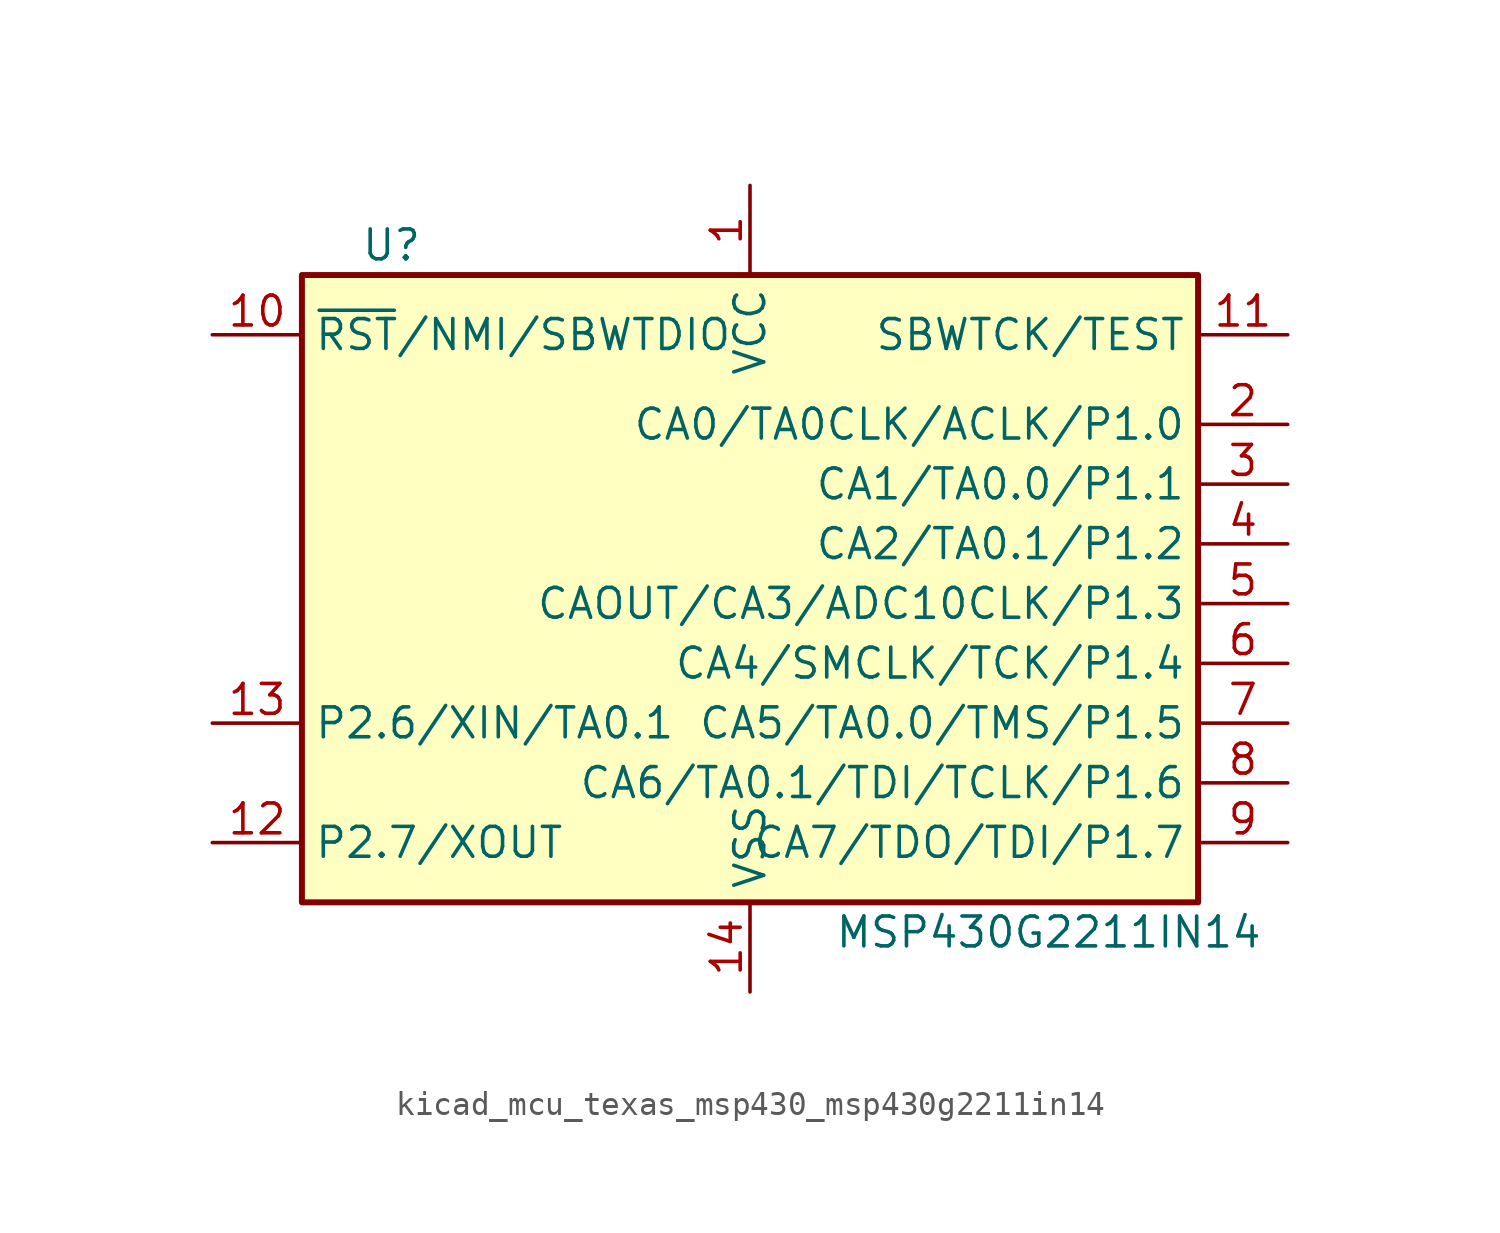
<source format=kicad_sym>
(kicad_symbol_lib
  (version 20220914)
  (generator kicad_symbol_editor)
  (symbol "kicad_mcu_texas_msp430_msp430g2211in14"
    (property "Reference" "U"
      (at -15.24 15.24 0)
      (effects (font (size 1.27 1.27))))
    (property "Value" "MSP430G2211IN14"
      (at 12.7 -13.97 0)
      (effects (font (size 1.27 1.27))))
    (symbol "kicad_mcu_texas_msp430_msp430g2211in14_0_1"
      (rectangle (start -19.05 13.97) (end 19.05 -12.7) (stroke (width 0.254) (type default)) (fill (type background))))
    (symbol "kicad_mcu_texas_msp430_msp430g2211in14_1_1"
      (pin power_in line (at 0 17.78 270) (length 3.81) (name "VCC" (effects (font (size 1.27 1.27)))) (number "1" (effects (font (size 1.27 1.27)))))
      (pin input line (at -22.86 11.43 0) (length 3.81) (name "~{RST}/NMI/SBWTDIO" (effects (font (size 1.27 1.27)))) (number "10" (effects (font (size 1.27 1.27)))))
      (pin input line (at 22.86 11.43 180) (length 3.81) (name "SBWTCK/TEST" (effects (font (size 1.27 1.27)))) (number "11" (effects (font (size 1.27 1.27)))))
      (pin bidirectional line (at -22.86 -10.16 0) (length 3.81) (name "P2.7/XOUT" (effects (font (size 1.27 1.27)))) (number "12" (effects (font (size 1.27 1.27)))))
      (pin bidirectional line (at -22.86 -5.08 0) (length 3.81) (name "P2.6/XIN/TA0.1" (effects (font (size 1.27 1.27)))) (number "13" (effects (font (size 1.27 1.27)))))
      (pin power_in line (at 0 -16.51 90) (length 3.81) (name "VSS" (effects (font (size 1.27 1.27)))) (number "14" (effects (font (size 1.27 1.27)))))
      (pin bidirectional line (at 22.86 7.62 180) (length 3.81) (name "CA0/TA0CLK/ACLK/P1.0" (effects (font (size 1.27 1.27)))) (number "2" (effects (font (size 1.27 1.27)))))
      (pin bidirectional line (at 22.86 5.08 180) (length 3.81) (name "CA1/TA0.0/P1.1" (effects (font (size 1.27 1.27)))) (number "3" (effects (font (size 1.27 1.27)))))
      (pin bidirectional line (at 22.86 2.54 180) (length 3.81) (name "CA2/TA0.1/P1.2" (effects (font (size 1.27 1.27)))) (number "4" (effects (font (size 1.27 1.27)))))
      (pin bidirectional line (at 22.86 0 180) (length 3.81) (name "CAOUT/CA3/ADC10CLK/P1.3" (effects (font (size 1.27 1.27)))) (number "5" (effects (font (size 1.27 1.27)))))
      (pin bidirectional line (at 22.86 -2.54 180) (length 3.81) (name "CA4/SMCLK/TCK/P1.4" (effects (font (size 1.27 1.27)))) (number "6" (effects (font (size 1.27 1.27)))))
      (pin bidirectional line (at 22.86 -5.08 180) (length 3.81) (name "CA5/TA0.0/TMS/P1.5" (effects (font (size 1.27 1.27)))) (number "7" (effects (font (size 1.27 1.27)))))
      (pin bidirectional line (at 22.86 -7.62 180) (length 3.81) (name "CA6/TA0.1/TDI/TCLK/P1.6" (effects (font (size 1.27 1.27)))) (number "8" (effects (font (size 1.27 1.27)))))
      (pin bidirectional line (at 22.86 -10.16 180) (length 3.81) (name "CA7/TDO/TDI/P1.7" (effects (font (size 1.27 1.27)))) (number "9" (effects (font (size 1.27 1.27))))))))
</source>
